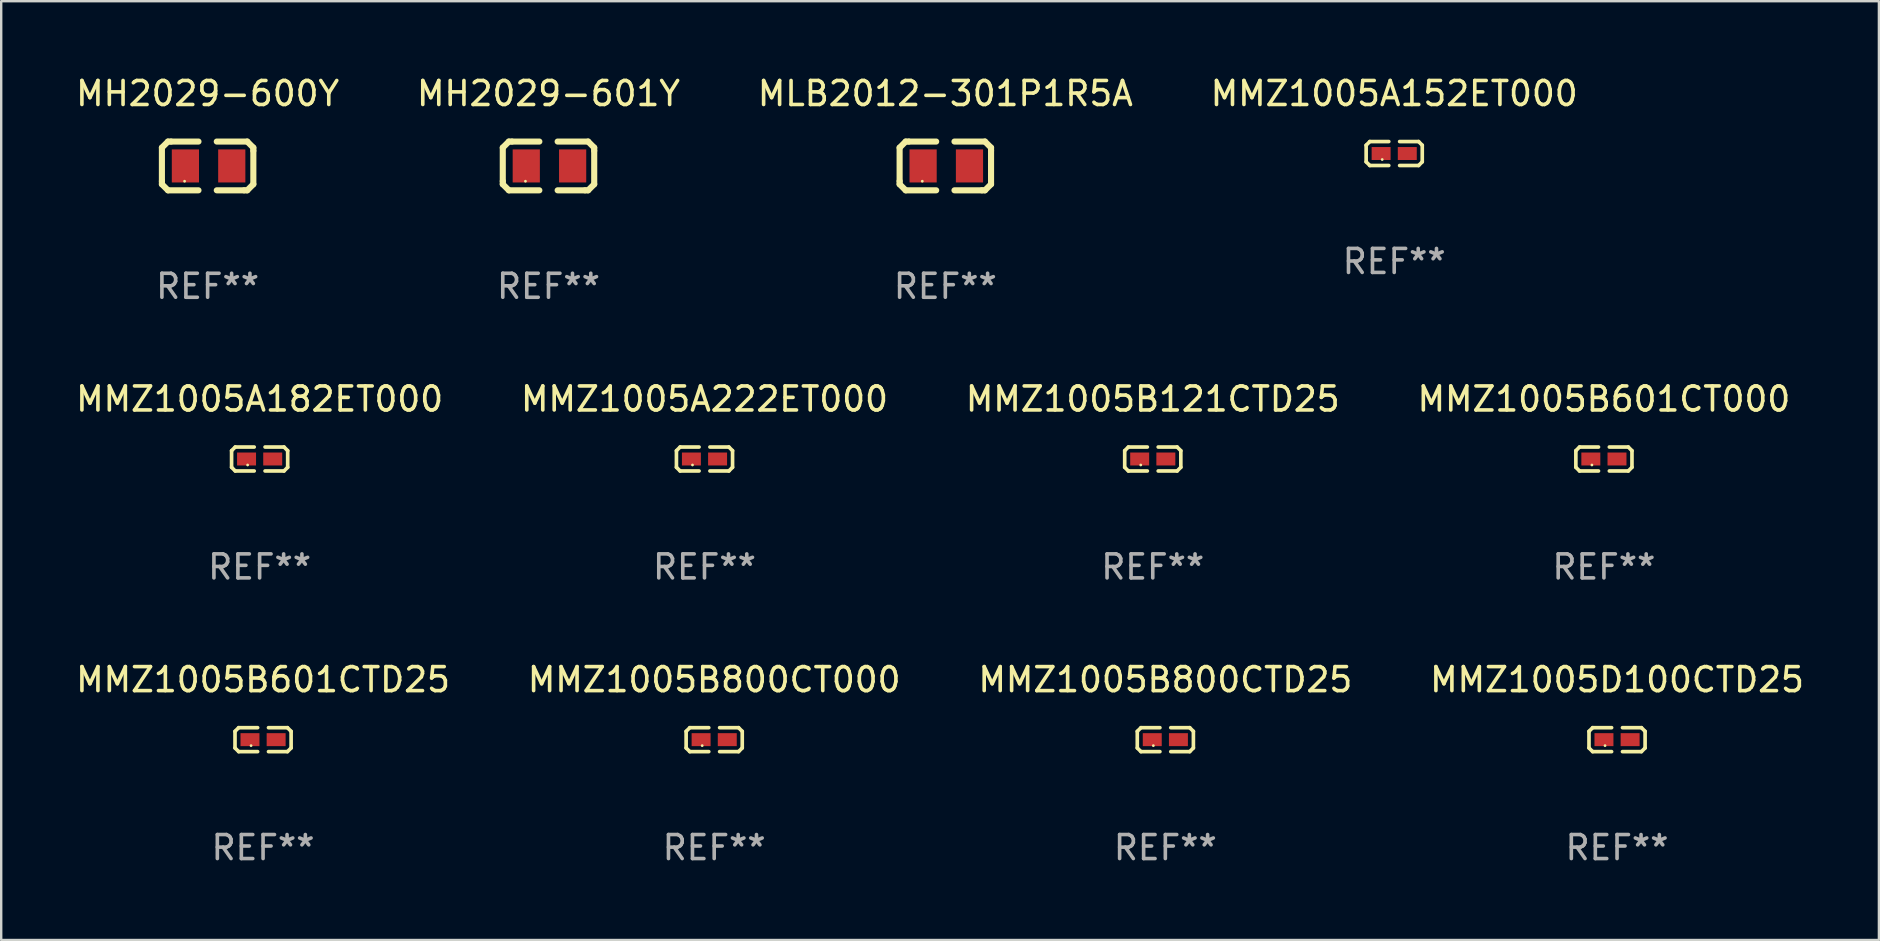
<source format=kicad_pcb>
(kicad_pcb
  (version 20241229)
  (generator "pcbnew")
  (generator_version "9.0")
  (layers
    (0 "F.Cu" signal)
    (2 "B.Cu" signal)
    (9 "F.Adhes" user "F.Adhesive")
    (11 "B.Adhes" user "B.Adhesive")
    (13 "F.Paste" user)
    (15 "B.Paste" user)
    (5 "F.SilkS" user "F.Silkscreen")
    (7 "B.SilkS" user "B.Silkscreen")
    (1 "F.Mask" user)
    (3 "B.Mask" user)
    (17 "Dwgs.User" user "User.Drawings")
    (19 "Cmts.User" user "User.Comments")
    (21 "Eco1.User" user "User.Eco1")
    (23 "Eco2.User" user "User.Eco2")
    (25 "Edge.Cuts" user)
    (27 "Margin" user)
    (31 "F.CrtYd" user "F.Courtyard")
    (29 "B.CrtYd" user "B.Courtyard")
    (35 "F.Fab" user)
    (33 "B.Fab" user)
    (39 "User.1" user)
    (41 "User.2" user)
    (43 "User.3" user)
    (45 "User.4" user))
  (footprint "MMZ1005A222ET000"
    (layer "F.Cu")
    (at 26.304 16.075)
    (property "Reference" "MMZ1005A222ET000" (at 0 -2.499 0) (layer "F.SilkS") (effects (font (size 1 1) (thickness 0.15))))
    (attr through_hole)
    (fp_line (start -1.169 -0.346) (end -1.016 -0.499) (stroke (width 0.152) (type solid)) (layer "F.SilkS"))
    (fp_line (start -1.169 0.346) (end -1.169 -0.346) (stroke (width 0.152) (type solid)) (layer "F.SilkS"))
    (fp_line (start -1.016 -0.499) (end -0.226 -0.499) (stroke (width 0.152) (type solid)) (layer "F.SilkS"))
    (fp_line (start -1.016 0.499) (end -1.169 0.346) (stroke (width 0.152) (type solid)) (layer "F.SilkS"))
    (fp_line (start -0.226 0.499) (end -1.016 0.499) (stroke (width 0.152) (type solid)) (layer "F.SilkS"))
    (fp_line (start 0.226 0.499) (end 1.016 0.499) (stroke (width 0.152) (type solid)) (layer "F.SilkS"))
    (fp_line (start 1.016 -0.499) (end 0.226 -0.499) (stroke (width 0.152) (type solid)) (layer "F.SilkS"))
    (fp_line (start 1.016 0.499) (end 1.169 0.346) (stroke (width 0.152) (type solid)) (layer "F.SilkS"))
    (fp_line (start 1.169 -0.346) (end 1.016 -0.499) (stroke (width 0.152) (type solid)) (layer "F.SilkS"))
    (fp_line (start 1.169 0.346) (end 1.169 -0.346) (stroke (width 0.152) (type solid)) (layer "F.SilkS"))
    (fp_circle (center -0.5 0.25) (end -0.47 0.25) (stroke (width 0.06) (type solid)) (fill no) (layer "F.SilkS"))
    (fp_text user "REF**" (at 0 4.499 0) (layer "F.Fab") (effects (font (size 1 1) (thickness 0.15))))
    (pad "1" smd rect (at -0.545 0) (size 0.79 0.54) (layers "F.Cu" "F.Mask" "F.Paste"))
    (pad "2" smd rect (at 0.545 0) (size 0.79 0.54) (layers "F.Cu" "F.Mask" "F.Paste")))
  (footprint "MMZ1005B800CT000"
    (layer "F.Cu")
    (at 26.708 27.769)
    (property "Reference" "MMZ1005B800CT000" (at 0 -2.499 0) (layer "F.SilkS") (effects (font (size 1 1) (thickness 0.15))))
    (attr through_hole)
    (fp_line (start -1.169 -0.346) (end -1.016 -0.499) (stroke (width 0.152) (type solid)) (layer "F.SilkS"))
    (fp_line (start -1.169 0.346) (end -1.169 -0.346) (stroke (width 0.152) (type solid)) (layer "F.SilkS"))
    (fp_line (start -1.016 -0.499) (end -0.226 -0.499) (stroke (width 0.152) (type solid)) (layer "F.SilkS"))
    (fp_line (start -1.016 0.499) (end -1.169 0.346) (stroke (width 0.152) (type solid)) (layer "F.SilkS"))
    (fp_line (start -0.226 0.499) (end -1.016 0.499) (stroke (width 0.152) (type solid)) (layer "F.SilkS"))
    (fp_line (start 0.226 0.499) (end 1.016 0.499) (stroke (width 0.152) (type solid)) (layer "F.SilkS"))
    (fp_line (start 1.016 -0.499) (end 0.226 -0.499) (stroke (width 0.152) (type solid)) (layer "F.SilkS"))
    (fp_line (start 1.016 0.499) (end 1.169 0.346) (stroke (width 0.152) (type solid)) (layer "F.SilkS"))
    (fp_line (start 1.169 -0.346) (end 1.016 -0.499) (stroke (width 0.152) (type solid)) (layer "F.SilkS"))
    (fp_line (start 1.169 0.346) (end 1.169 -0.346) (stroke (width 0.152) (type solid)) (layer "F.SilkS"))
    (fp_circle (center -0.5 0.25) (end -0.47 0.25) (stroke (width 0.06) (type solid)) (fill no) (layer "F.SilkS"))
    (fp_text user "REF**" (at 0 4.499 0) (layer "F.Fab") (effects (font (size 1 1) (thickness 0.15))))
    (pad "1" smd rect (at -0.545 0) (size 0.79 0.54) (layers "F.Cu" "F.Mask" "F.Paste"))
    (pad "2" smd rect (at 0.545 0) (size 0.79 0.54) (layers "F.Cu" "F.Mask" "F.Paste")))
  (footprint "MLB2012-301P1R5A"
    (layer "F.Cu")
    (at 36.339 3.864)
    (property "Reference" "MLB2012-301P1R5A" (at 0 -3.016 0) (layer "F.SilkS") (effects (font (size 1 1) (thickness 0.15))))
    (attr through_hole)
    (fp_line (start -1.905 -0.762) (end -1.905 0.635) (stroke (width 0.254) (type solid)) (layer "F.SilkS"))
    (fp_line (start -1.905 0.635) (end -1.905 0.762) (stroke (width 0.254) (type solid)) (layer "F.SilkS"))
    (fp_line (start -1.905 0.762) (end -1.651 1.016) (stroke (width 0.254) (type solid)) (layer "F.SilkS"))
    (fp_line (start -1.651 -1.016) (end -1.905 -0.762) (stroke (width 0.254) (type solid)) (layer "F.SilkS"))
    (fp_line (start -1.651 1.016) (end -0.381 1.016) (stroke (width 0.254) (type solid)) (layer "F.SilkS"))
    (fp_line (start -1.524 -1.016) (end -1.651 -1.016) (stroke (width 0.254) (type solid)) (layer "F.SilkS"))
    (fp_line (start -0.381 -1.016) (end -1.524 -1.016) (stroke (width 0.254) (type solid)) (layer "F.SilkS"))
    (fp_line (start 0.381 1.016) (end 1.524 1.016) (stroke (width 0.254) (type solid)) (layer "F.SilkS"))
    (fp_line (start 1.524 1.016) (end 1.651 1.016) (stroke (width 0.254) (type solid)) (layer "F.SilkS"))
    (fp_line (start 1.651 -1.016) (end 0.381 -1.016) (stroke (width 0.254) (type solid)) (layer "F.SilkS"))
    (fp_line (start 1.651 1.016) (end 1.905 0.762) (stroke (width 0.254) (type solid)) (layer "F.SilkS"))
    (fp_line (start 1.905 -0.762) (end 1.651 -1.016) (stroke (width 0.254) (type solid)) (layer "F.SilkS"))
    (fp_line (start 1.905 -0.635) (end 1.905 -0.762) (stroke (width 0.254) (type solid)) (layer "F.SilkS"))
    (fp_line (start 1.905 0.762) (end 1.905 -0.635) (stroke (width 0.254) (type solid)) (layer "F.SilkS"))
    (fp_circle (center -0.96 0.637) (end -0.93 0.637) (stroke (width 0.06) (type solid)) (fill no) (layer "F.SilkS"))
    (fp_text user "REF**" (at 0 5.016 0) (layer "F.Fab") (effects (font (size 1 1) (thickness 0.15))))
    (pad "1" smd rect (at -0.926 -0.000051) (size 1.133 1.377) (layers "F.Cu" "F.Mask" "F.Paste"))
    (pad "2" smd rect (at 1.006 -0.000051) (size 1.133 1.377) (layers "F.Cu" "F.Mask" "F.Paste")))
  (footprint "MMZ1005B601CT000"
    (layer "F.Cu")
    (at 63.78 16.075)
    (property "Reference" "MMZ1005B601CT000" (at 0 -2.499 0) (layer "F.SilkS") (effects (font (size 1 1) (thickness 0.15))))
    (attr through_hole)
    (fp_line (start -1.169 -0.346) (end -1.016 -0.499) (stroke (width 0.152) (type solid)) (layer "F.SilkS"))
    (fp_line (start -1.169 0.346) (end -1.169 -0.346) (stroke (width 0.152) (type solid)) (layer "F.SilkS"))
    (fp_line (start -1.016 -0.499) (end -0.226 -0.499) (stroke (width 0.152) (type solid)) (layer "F.SilkS"))
    (fp_line (start -1.016 0.499) (end -1.169 0.346) (stroke (width 0.152) (type solid)) (layer "F.SilkS"))
    (fp_line (start -0.226 0.499) (end -1.016 0.499) (stroke (width 0.152) (type solid)) (layer "F.SilkS"))
    (fp_line (start 0.226 0.499) (end 1.016 0.499) (stroke (width 0.152) (type solid)) (layer "F.SilkS"))
    (fp_line (start 1.016 -0.499) (end 0.226 -0.499) (stroke (width 0.152) (type solid)) (layer "F.SilkS"))
    (fp_line (start 1.016 0.499) (end 1.169 0.346) (stroke (width 0.152) (type solid)) (layer "F.SilkS"))
    (fp_line (start 1.169 -0.346) (end 1.016 -0.499) (stroke (width 0.152) (type solid)) (layer "F.SilkS"))
    (fp_line (start 1.169 0.346) (end 1.169 -0.346) (stroke (width 0.152) (type solid)) (layer "F.SilkS"))
    (fp_circle (center -0.5 0.25) (end -0.47 0.25) (stroke (width 0.06) (type solid)) (fill no) (layer "F.SilkS"))
    (fp_text user "REF**" (at 0 4.499 0) (layer "F.Fab") (effects (font (size 1 1) (thickness 0.15))))
    (pad "1" smd rect (at -0.545 0) (size 0.79 0.54) (layers "F.Cu" "F.Mask" "F.Paste"))
    (pad "2" smd rect (at 0.545 0) (size 0.79 0.54) (layers "F.Cu" "F.Mask" "F.Paste")))
  (footprint "MMZ1005A182ET000"
    (layer "F.Cu")
    (at 7.768 16.075)
    (property "Reference" "MMZ1005A182ET000" (at 0 -2.499 0) (layer "F.SilkS") (effects (font (size 1 1) (thickness 0.15))))
    (attr through_hole)
    (fp_line (start -1.169 -0.346) (end -1.016 -0.499) (stroke (width 0.152) (type solid)) (layer "F.SilkS"))
    (fp_line (start -1.169 0.346) (end -1.169 -0.346) (stroke (width 0.152) (type solid)) (layer "F.SilkS"))
    (fp_line (start -1.016 -0.499) (end -0.226 -0.499) (stroke (width 0.152) (type solid)) (layer "F.SilkS"))
    (fp_line (start -1.016 0.499) (end -1.169 0.346) (stroke (width 0.152) (type solid)) (layer "F.SilkS"))
    (fp_line (start -0.226 0.499) (end -1.016 0.499) (stroke (width 0.152) (type solid)) (layer "F.SilkS"))
    (fp_line (start 0.226 0.499) (end 1.016 0.499) (stroke (width 0.152) (type solid)) (layer "F.SilkS"))
    (fp_line (start 1.016 -0.499) (end 0.226 -0.499) (stroke (width 0.152) (type solid)) (layer "F.SilkS"))
    (fp_line (start 1.016 0.499) (end 1.169 0.346) (stroke (width 0.152) (type solid)) (layer "F.SilkS"))
    (fp_line (start 1.169 -0.346) (end 1.016 -0.499) (stroke (width 0.152) (type solid)) (layer "F.SilkS"))
    (fp_line (start 1.169 0.346) (end 1.169 -0.346) (stroke (width 0.152) (type solid)) (layer "F.SilkS"))
    (fp_circle (center -0.5 0.25) (end -0.47 0.25) (stroke (width 0.06) (type solid)) (fill no) (layer "F.SilkS"))
    (fp_text user "REF**" (at 0 4.499 0) (layer "F.Fab") (effects (font (size 1 1) (thickness 0.15))))
    (pad "1" smd rect (at -0.545 0) (size 0.79 0.54) (layers "F.Cu" "F.Mask" "F.Paste"))
    (pad "2" smd rect (at 0.545 0) (size 0.79 0.54) (layers "F.Cu" "F.Mask" "F.Paste")))
  (footprint "MMZ1005B121CTD25"
    (layer "F.Cu")
    (at 44.982 16.075)
    (property "Reference" "MMZ1005B121CTD25" (at 0 -2.499 0) (layer "F.SilkS") (effects (font (size 1 1) (thickness 0.15))))
    (attr through_hole)
    (fp_line (start -1.169 -0.346) (end -1.016 -0.499) (stroke (width 0.152) (type solid)) (layer "F.SilkS"))
    (fp_line (start -1.169 0.346) (end -1.169 -0.346) (stroke (width 0.152) (type solid)) (layer "F.SilkS"))
    (fp_line (start -1.016 -0.499) (end -0.226 -0.499) (stroke (width 0.152) (type solid)) (layer "F.SilkS"))
    (fp_line (start -1.016 0.499) (end -1.169 0.346) (stroke (width 0.152) (type solid)) (layer "F.SilkS"))
    (fp_line (start -0.226 0.499) (end -1.016 0.499) (stroke (width 0.152) (type solid)) (layer "F.SilkS"))
    (fp_line (start 0.226 0.499) (end 1.016 0.499) (stroke (width 0.152) (type solid)) (layer "F.SilkS"))
    (fp_line (start 1.016 -0.499) (end 0.226 -0.499) (stroke (width 0.152) (type solid)) (layer "F.SilkS"))
    (fp_line (start 1.016 0.499) (end 1.169 0.346) (stroke (width 0.152) (type solid)) (layer "F.SilkS"))
    (fp_line (start 1.169 -0.346) (end 1.016 -0.499) (stroke (width 0.152) (type solid)) (layer "F.SilkS"))
    (fp_line (start 1.169 0.346) (end 1.169 -0.346) (stroke (width 0.152) (type solid)) (layer "F.SilkS"))
    (fp_circle (center -0.5 0.25) (end -0.47 0.25) (stroke (width 0.06) (type solid)) (fill no) (layer "F.SilkS"))
    (fp_text user "REF**" (at 0 4.499 0) (layer "F.Fab") (effects (font (size 1 1) (thickness 0.15))))
    (pad "1" smd rect (at -0.545 0) (size 0.79 0.54) (layers "F.Cu" "F.Mask" "F.Paste"))
    (pad "2" smd rect (at 0.545 0) (size 0.79 0.54) (layers "F.Cu" "F.Mask" "F.Paste")))
  (footprint "MMZ1005B800CTD25"
    (layer "F.Cu")
    (at 45.506 27.769)
    (property "Reference" "MMZ1005B800CTD25" (at 0 -2.499 0) (layer "F.SilkS") (effects (font (size 1 1) (thickness 0.15))))
    (attr through_hole)
    (fp_line (start -1.169 -0.346) (end -1.016 -0.499) (stroke (width 0.152) (type solid)) (layer "F.SilkS"))
    (fp_line (start -1.169 0.346) (end -1.169 -0.346) (stroke (width 0.152) (type solid)) (layer "F.SilkS"))
    (fp_line (start -1.016 -0.499) (end -0.226 -0.499) (stroke (width 0.152) (type solid)) (layer "F.SilkS"))
    (fp_line (start -1.016 0.499) (end -1.169 0.346) (stroke (width 0.152) (type solid)) (layer "F.SilkS"))
    (fp_line (start -0.226 0.499) (end -1.016 0.499) (stroke (width 0.152) (type solid)) (layer "F.SilkS"))
    (fp_line (start 0.226 0.499) (end 1.016 0.499) (stroke (width 0.152) (type solid)) (layer "F.SilkS"))
    (fp_line (start 1.016 -0.499) (end 0.226 -0.499) (stroke (width 0.152) (type solid)) (layer "F.SilkS"))
    (fp_line (start 1.016 0.499) (end 1.169 0.346) (stroke (width 0.152) (type solid)) (layer "F.SilkS"))
    (fp_line (start 1.169 -0.346) (end 1.016 -0.499) (stroke (width 0.152) (type solid)) (layer "F.SilkS"))
    (fp_line (start 1.169 0.346) (end 1.169 -0.346) (stroke (width 0.152) (type solid)) (layer "F.SilkS"))
    (fp_circle (center -0.5 0.25) (end -0.47 0.25) (stroke (width 0.06) (type solid)) (fill no) (layer "F.SilkS"))
    (fp_text user "REF**" (at 0 4.499 0) (layer "F.Fab") (effects (font (size 1 1) (thickness 0.15))))
    (pad "1" smd rect (at -0.545 0) (size 0.79 0.54) (layers "F.Cu" "F.Mask" "F.Paste"))
    (pad "2" smd rect (at 0.545 0) (size 0.79 0.54) (layers "F.Cu" "F.Mask" "F.Paste")))
  (footprint "MMZ1005D100CTD25"
    (layer "F.Cu")
    (at 64.327 27.769)
    (property "Reference" "MMZ1005D100CTD25" (at 0 -2.499 0) (layer "F.SilkS") (effects (font (size 1 1) (thickness 0.15))))
    (attr through_hole)
    (fp_line (start -1.169 -0.346) (end -1.016 -0.499) (stroke (width 0.152) (type solid)) (layer "F.SilkS"))
    (fp_line (start -1.169 0.346) (end -1.169 -0.346) (stroke (width 0.152) (type solid)) (layer "F.SilkS"))
    (fp_line (start -1.016 -0.499) (end -0.226 -0.499) (stroke (width 0.152) (type solid)) (layer "F.SilkS"))
    (fp_line (start -1.016 0.499) (end -1.169 0.346) (stroke (width 0.152) (type solid)) (layer "F.SilkS"))
    (fp_line (start -0.226 0.499) (end -1.016 0.499) (stroke (width 0.152) (type solid)) (layer "F.SilkS"))
    (fp_line (start 0.226 0.499) (end 1.016 0.499) (stroke (width 0.152) (type solid)) (layer "F.SilkS"))
    (fp_line (start 1.016 -0.499) (end 0.226 -0.499) (stroke (width 0.152) (type solid)) (layer "F.SilkS"))
    (fp_line (start 1.016 0.499) (end 1.169 0.346) (stroke (width 0.152) (type solid)) (layer "F.SilkS"))
    (fp_line (start 1.169 -0.346) (end 1.016 -0.499) (stroke (width 0.152) (type solid)) (layer "F.SilkS"))
    (fp_line (start 1.169 0.346) (end 1.169 -0.346) (stroke (width 0.152) (type solid)) (layer "F.SilkS"))
    (fp_circle (center -0.5 0.25) (end -0.47 0.25) (stroke (width 0.06) (type solid)) (fill no) (layer "F.SilkS"))
    (fp_text user "REF**" (at 0 4.499 0) (layer "F.Fab") (effects (font (size 1 1) (thickness 0.15))))
    (pad "1" smd rect (at -0.545 0) (size 0.79 0.54) (layers "F.Cu" "F.Mask" "F.Paste"))
    (pad "2" smd rect (at 0.545 0) (size 0.79 0.54) (layers "F.Cu" "F.Mask" "F.Paste")))
  (footprint "MH2029-600Y"
    (layer "F.Cu")
    (at 5.601 3.864)
    (property "Reference" "MH2029-600Y" (at 0 -3.016 0) (layer "F.SilkS") (effects (font (size 1 1) (thickness 0.15))))
    (attr through_hole)
    (fp_line (start -1.905 -0.762) (end -1.905 0.635) (stroke (width 0.254) (type solid)) (layer "F.SilkS"))
    (fp_line (start -1.905 0.635) (end -1.905 0.762) (stroke (width 0.254) (type solid)) (layer "F.SilkS"))
    (fp_line (start -1.905 0.762) (end -1.651 1.016) (stroke (width 0.254) (type solid)) (layer "F.SilkS"))
    (fp_line (start -1.651 -1.016) (end -1.905 -0.762) (stroke (width 0.254) (type solid)) (layer "F.SilkS"))
    (fp_line (start -1.651 1.016) (end -0.381 1.016) (stroke (width 0.254) (type solid)) (layer "F.SilkS"))
    (fp_line (start -1.524 -1.016) (end -1.651 -1.016) (stroke (width 0.254) (type solid)) (layer "F.SilkS"))
    (fp_line (start -0.381 -1.016) (end -1.524 -1.016) (stroke (width 0.254) (type solid)) (layer "F.SilkS"))
    (fp_line (start 0.381 1.016) (end 1.524 1.016) (stroke (width 0.254) (type solid)) (layer "F.SilkS"))
    (fp_line (start 1.524 1.016) (end 1.651 1.016) (stroke (width 0.254) (type solid)) (layer "F.SilkS"))
    (fp_line (start 1.651 -1.016) (end 0.381 -1.016) (stroke (width 0.254) (type solid)) (layer "F.SilkS"))
    (fp_line (start 1.651 1.016) (end 1.905 0.762) (stroke (width 0.254) (type solid)) (layer "F.SilkS"))
    (fp_line (start 1.905 -0.762) (end 1.651 -1.016) (stroke (width 0.254) (type solid)) (layer "F.SilkS"))
    (fp_line (start 1.905 -0.635) (end 1.905 -0.762) (stroke (width 0.254) (type solid)) (layer "F.SilkS"))
    (fp_line (start 1.905 0.762) (end 1.905 -0.635) (stroke (width 0.254) (type solid)) (layer "F.SilkS"))
    (fp_circle (center -0.96 0.637) (end -0.93 0.637) (stroke (width 0.06) (type solid)) (fill no) (layer "F.SilkS"))
    (fp_text user "REF**" (at 0 5.016 0) (layer "F.Fab") (effects (font (size 1 1) (thickness 0.15))))
    (pad "1" smd rect (at -0.926 -0.000051) (size 1.133 1.377) (layers "F.Cu" "F.Mask" "F.Paste"))
    (pad "2" smd rect (at 1.006 -0.000051) (size 1.133 1.377) (layers "F.Cu" "F.Mask" "F.Paste")))
  (footprint "MMZ1005A152ET000"
    (layer "F.Cu")
    (at 55.042 3.347)
    (property "Reference" "MMZ1005A152ET000" (at 0 -2.499 0) (layer "F.SilkS") (effects (font (size 1 1) (thickness 0.15))))
    (attr through_hole)
    (fp_line (start -1.169 -0.346) (end -1.016 -0.499) (stroke (width 0.152) (type solid)) (layer "F.SilkS"))
    (fp_line (start -1.169 0.346) (end -1.169 -0.346) (stroke (width 0.152) (type solid)) (layer "F.SilkS"))
    (fp_line (start -1.016 -0.499) (end -0.226 -0.499) (stroke (width 0.152) (type solid)) (layer "F.SilkS"))
    (fp_line (start -1.016 0.499) (end -1.169 0.346) (stroke (width 0.152) (type solid)) (layer "F.SilkS"))
    (fp_line (start -0.226 0.499) (end -1.016 0.499) (stroke (width 0.152) (type solid)) (layer "F.SilkS"))
    (fp_line (start 0.226 0.499) (end 1.016 0.499) (stroke (width 0.152) (type solid)) (layer "F.SilkS"))
    (fp_line (start 1.016 -0.499) (end 0.226 -0.499) (stroke (width 0.152) (type solid)) (layer "F.SilkS"))
    (fp_line (start 1.016 0.499) (end 1.169 0.346) (stroke (width 0.152) (type solid)) (layer "F.SilkS"))
    (fp_line (start 1.169 -0.346) (end 1.016 -0.499) (stroke (width 0.152) (type solid)) (layer "F.SilkS"))
    (fp_line (start 1.169 0.346) (end 1.169 -0.346) (stroke (width 0.152) (type solid)) (layer "F.SilkS"))
    (fp_circle (center -0.5 0.25) (end -0.47 0.25) (stroke (width 0.06) (type solid)) (fill no) (layer "F.SilkS"))
    (fp_text user "REF**" (at 0 4.499 0) (layer "F.Fab") (effects (font (size 1 1) (thickness 0.15))))
    (pad "1" smd rect (at -0.545 0) (size 0.79 0.54) (layers "F.Cu" "F.Mask" "F.Paste"))
    (pad "2" smd rect (at 0.545 0) (size 0.79 0.54) (layers "F.Cu" "F.Mask" "F.Paste")))
  (footprint "MMZ1005B601CTD25"
    (layer "F.Cu")
    (at 7.911 27.769)
    (property "Reference" "MMZ1005B601CTD25" (at 0 -2.499 0) (layer "F.SilkS") (effects (font (size 1 1) (thickness 0.15))))
    (attr through_hole)
    (fp_line (start -1.169 -0.346) (end -1.016 -0.499) (stroke (width 0.152) (type solid)) (layer "F.SilkS"))
    (fp_line (start -1.169 0.346) (end -1.169 -0.346) (stroke (width 0.152) (type solid)) (layer "F.SilkS"))
    (fp_line (start -1.016 -0.499) (end -0.226 -0.499) (stroke (width 0.152) (type solid)) (layer "F.SilkS"))
    (fp_line (start -1.016 0.499) (end -1.169 0.346) (stroke (width 0.152) (type solid)) (layer "F.SilkS"))
    (fp_line (start -0.226 0.499) (end -1.016 0.499) (stroke (width 0.152) (type solid)) (layer "F.SilkS"))
    (fp_line (start 0.226 0.499) (end 1.016 0.499) (stroke (width 0.152) (type solid)) (layer "F.SilkS"))
    (fp_line (start 1.016 -0.499) (end 0.226 -0.499) (stroke (width 0.152) (type solid)) (layer "F.SilkS"))
    (fp_line (start 1.016 0.499) (end 1.169 0.346) (stroke (width 0.152) (type solid)) (layer "F.SilkS"))
    (fp_line (start 1.169 -0.346) (end 1.016 -0.499) (stroke (width 0.152) (type solid)) (layer "F.SilkS"))
    (fp_line (start 1.169 0.346) (end 1.169 -0.346) (stroke (width 0.152) (type solid)) (layer "F.SilkS"))
    (fp_circle (center -0.5 0.25) (end -0.47 0.25) (stroke (width 0.06) (type solid)) (fill no) (layer "F.SilkS"))
    (fp_text user "REF**" (at 0 4.499 0) (layer "F.Fab") (effects (font (size 1 1) (thickness 0.15))))
    (pad "1" smd rect (at -0.545 0) (size 0.79 0.54) (layers "F.Cu" "F.Mask" "F.Paste"))
    (pad "2" smd rect (at 0.545 0) (size 0.79 0.54) (layers "F.Cu" "F.Mask" "F.Paste")))
  (footprint "MH2029-601Y"
    (layer "F.Cu")
    (at 19.804 3.864)
    (property "Reference" "MH2029-601Y" (at 0 -3.016 0) (layer "F.SilkS") (effects (font (size 1 1) (thickness 0.15))))
    (attr through_hole)
    (fp_line (start -1.905 -0.762) (end -1.905 0.635) (stroke (width 0.254) (type solid)) (layer "F.SilkS"))
    (fp_line (start -1.905 0.635) (end -1.905 0.762) (stroke (width 0.254) (type solid)) (layer "F.SilkS"))
    (fp_line (start -1.905 0.762) (end -1.651 1.016) (stroke (width 0.254) (type solid)) (layer "F.SilkS"))
    (fp_line (start -1.651 -1.016) (end -1.905 -0.762) (stroke (width 0.254) (type solid)) (layer "F.SilkS"))
    (fp_line (start -1.651 1.016) (end -0.381 1.016) (stroke (width 0.254) (type solid)) (layer "F.SilkS"))
    (fp_line (start -1.524 -1.016) (end -1.651 -1.016) (stroke (width 0.254) (type solid)) (layer "F.SilkS"))
    (fp_line (start -0.381 -1.016) (end -1.524 -1.016) (stroke (width 0.254) (type solid)) (layer "F.SilkS"))
    (fp_line (start 0.381 1.016) (end 1.524 1.016) (stroke (width 0.254) (type solid)) (layer "F.SilkS"))
    (fp_line (start 1.524 1.016) (end 1.651 1.016) (stroke (width 0.254) (type solid)) (layer "F.SilkS"))
    (fp_line (start 1.651 -1.016) (end 0.381 -1.016) (stroke (width 0.254) (type solid)) (layer "F.SilkS"))
    (fp_line (start 1.651 1.016) (end 1.905 0.762) (stroke (width 0.254) (type solid)) (layer "F.SilkS"))
    (fp_line (start 1.905 -0.762) (end 1.651 -1.016) (stroke (width 0.254) (type solid)) (layer "F.SilkS"))
    (fp_line (start 1.905 -0.635) (end 1.905 -0.762) (stroke (width 0.254) (type solid)) (layer "F.SilkS"))
    (fp_line (start 1.905 0.762) (end 1.905 -0.635) (stroke (width 0.254) (type solid)) (layer "F.SilkS"))
    (fp_circle (center -0.96 0.637) (end -0.93 0.637) (stroke (width 0.06) (type solid)) (fill no) (layer "F.SilkS"))
    (fp_text user "REF**" (at 0 5.016 0) (layer "F.Fab") (effects (font (size 1 1) (thickness 0.15))))
    (pad "1" smd rect (at -0.926 -0.000051) (size 1.133 1.377) (layers "F.Cu" "F.Mask" "F.Paste"))
    (pad "2" smd rect (at 1.006 -0.000051) (size 1.133 1.377) (layers "F.Cu" "F.Mask" "F.Paste")))
  (gr_rect
    (start -3 -3)
    (end 75.238 36.116)
    (stroke (width 0.1) (type default))
    (fill no)
    (layer "Edge.Cuts")))
</source>
